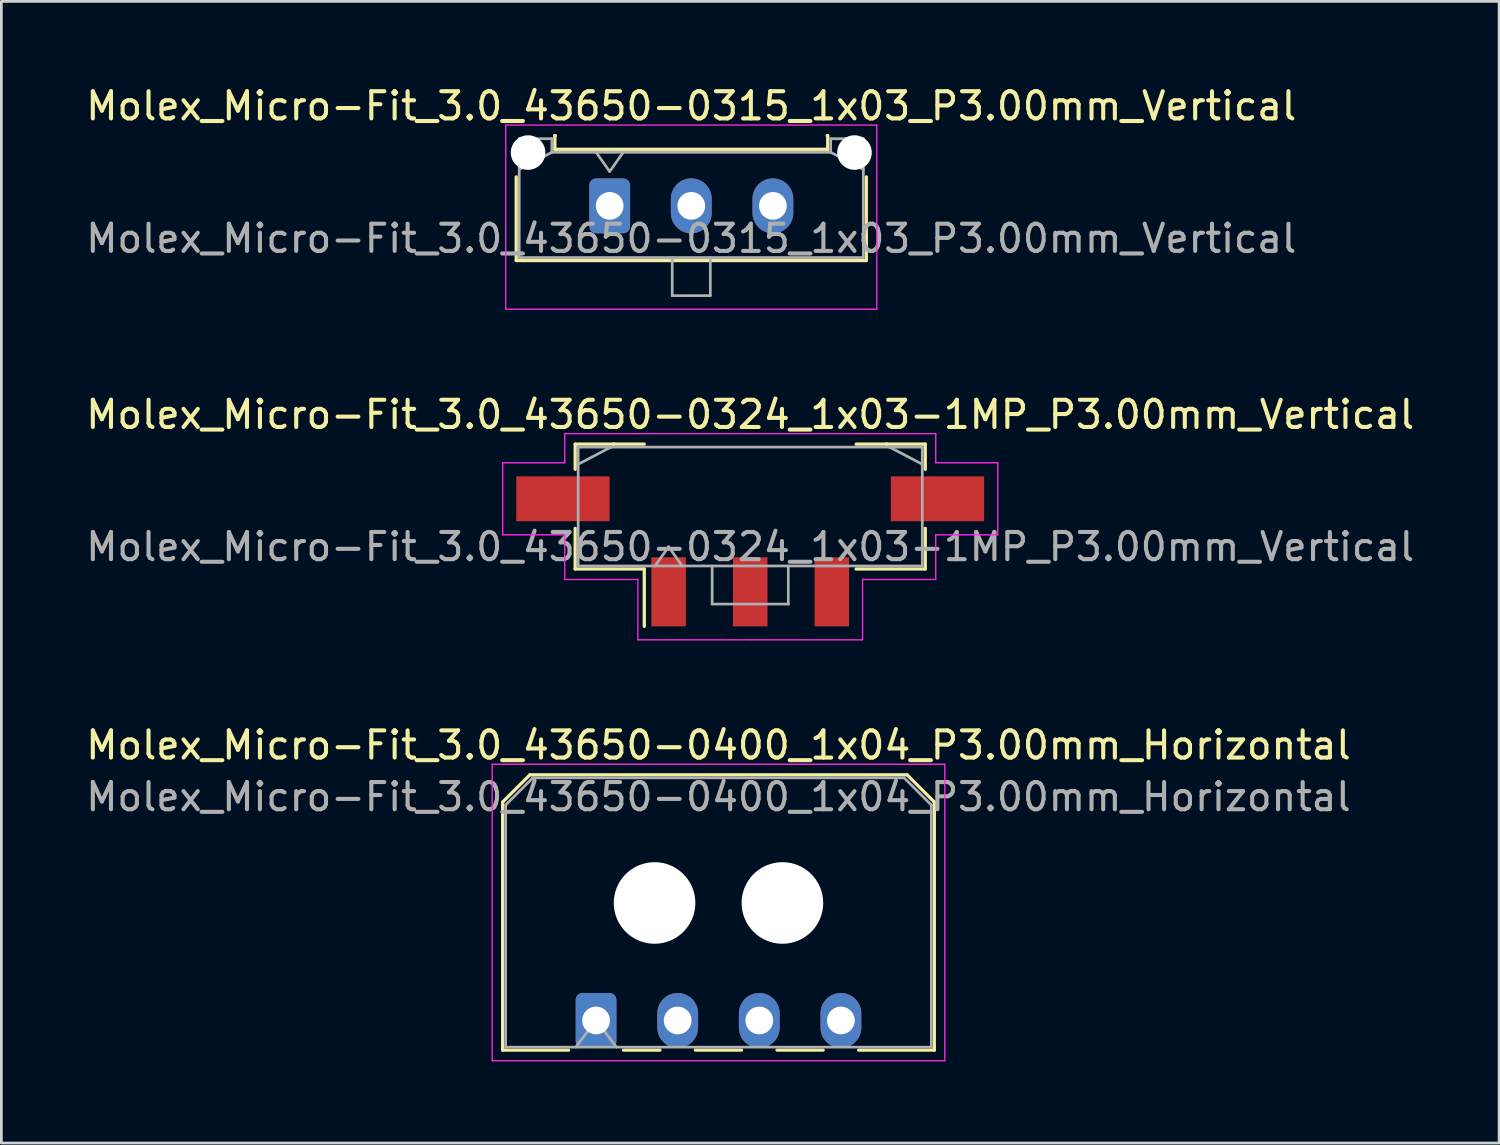
<source format=kicad_pcb>
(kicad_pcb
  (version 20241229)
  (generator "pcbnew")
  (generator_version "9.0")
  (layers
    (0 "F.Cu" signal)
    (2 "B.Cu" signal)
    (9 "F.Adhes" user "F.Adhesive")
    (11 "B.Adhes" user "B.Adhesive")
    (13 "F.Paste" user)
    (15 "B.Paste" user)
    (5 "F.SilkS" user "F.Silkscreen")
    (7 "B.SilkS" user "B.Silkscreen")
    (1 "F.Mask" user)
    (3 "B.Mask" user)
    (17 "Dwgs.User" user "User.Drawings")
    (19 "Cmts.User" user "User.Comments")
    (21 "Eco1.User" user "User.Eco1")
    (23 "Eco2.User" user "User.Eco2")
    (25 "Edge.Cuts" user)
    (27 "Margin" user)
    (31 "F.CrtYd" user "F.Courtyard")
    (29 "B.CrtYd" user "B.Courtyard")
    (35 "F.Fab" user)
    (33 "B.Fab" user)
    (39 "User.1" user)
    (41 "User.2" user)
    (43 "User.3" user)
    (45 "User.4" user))
  (footprint "Molex_Micro-Fit_3.0_43650-0400_1x04_P3.00mm_Horizontal"
    (layer "F.Cu")
    (at 18.863 34.465)
    (property "Reference" "Molex_Micro-Fit_3.0_43650-0400_1x04_P3.00mm_Horizontal" (at 4.5 -10.12 0) (layer "F.SilkS") (effects (font (size 1 1) (thickness 0.15))))
    (attr through_hole)
    (fp_line (start -3.435 -8.03) (end -2.435 -9.03) (stroke (width 0.12) (type solid)) (layer "F.SilkS"))
    (fp_line (start -3.435 1.09) (end -3.435 -8.03) (stroke (width 0.12) (type solid)) (layer "F.SilkS"))
    (fp_line (start -3.435 1.09) (end -1.01 1.09) (stroke (width 0.12) (type solid)) (layer "F.SilkS"))
    (fp_line (start -2.435 -9.03) (end 11.435 -9.03) (stroke (width 0.12) (type solid)) (layer "F.SilkS"))
    (fp_line (start 1.01 1.09) (end 2.348 1.09) (stroke (width 0.12) (type solid)) (layer "F.SilkS"))
    (fp_line (start 3.652 1.09) (end 5.348 1.09) (stroke (width 0.12) (type solid)) (layer "F.SilkS"))
    (fp_line (start 6.652 1.09) (end 8.348 1.09) (stroke (width 0.12) (type solid)) (layer "F.SilkS"))
    (fp_line (start 11.435 -9.03) (end 12.435 -8.03) (stroke (width 0.12) (type solid)) (layer "F.SilkS"))
    (fp_line (start 12.435 -8.03) (end 12.435 1.09) (stroke (width 0.12) (type solid)) (layer "F.SilkS"))
    (fp_line (start 12.435 1.09) (end 9.652 1.09) (stroke (width 0.12) (type solid)) (layer "F.SilkS"))
    (fp_line (start -3.82 -9.42) (end 12.82 -9.42) (stroke (width 0.05) (type solid)) (layer "F.CrtYd"))
    (fp_line (start -3.82 1.48) (end -3.82 -9.42) (stroke (width 0.05) (type solid)) (layer "F.CrtYd"))
    (fp_line (start 12.82 -9.42) (end 12.82 1.48) (stroke (width 0.05) (type solid)) (layer "F.CrtYd"))
    (fp_line (start 12.82 1.48) (end -3.82 1.48) (stroke (width 0.05) (type solid)) (layer "F.CrtYd"))
    (fp_line (start -3.325 -7.92) (end -2.325 -8.92) (stroke (width 0.1) (type solid)) (layer "F.Fab"))
    (fp_line (start -3.325 0.98) (end -3.325 -7.92) (stroke (width 0.1) (type solid)) (layer "F.Fab"))
    (fp_line (start -2.325 -8.92) (end 11.325 -8.92) (stroke (width 0.1) (type solid)) (layer "F.Fab"))
    (fp_line (start -0.75 0.98) (end 0 0) (stroke (width 0.1) (type solid)) (layer "F.Fab"))
    (fp_line (start 0 0) (end 0.75 0.98) (stroke (width 0.1) (type solid)) (layer "F.Fab"))
    (fp_line (start 11.325 -8.92) (end 12.325 -7.92) (stroke (width 0.1) (type solid)) (layer "F.Fab"))
    (fp_line (start 12.325 -7.92) (end 12.325 0.98) (stroke (width 0.1) (type solid)) (layer "F.Fab"))
    (fp_line (start 12.325 0.98) (end -3.325 0.98) (stroke (width 0.1) (type solid)) (layer "F.Fab"))
    (fp_text user "${REFERENCE}" (at 4.5 -8.22 0) (layer "F.Fab") (effects (font (size 1 1) (thickness 0.15))))
    (pad "" np_thru_hole circle (at 2.15 -4.32) (size 3 3) (drill 3) (layers "*.Cu" "*.Mask"))
    (pad "" np_thru_hole circle (at 6.85 -4.32) (size 3 3) (drill 3) (layers "*.Cu" "*.Mask"))
    (pad "1" thru_hole roundrect (at 0 0) (size 1.5 2.02) (drill 1.02) (layers "*.Cu" "*.Mask") (roundrect_rratio 0.167))
    (pad "2" thru_hole oval (at 3 0) (size 1.5 2.02) (drill 1.02) (layers "*.Cu" "*.Mask"))
    (pad "3" thru_hole oval (at 6 0) (size 1.5 2.02) (drill 1.02) (layers "*.Cu" "*.Mask"))
    (pad "4" thru_hole oval (at 9 0) (size 1.5 2.02) (drill 1.02) (layers "*.Cu" "*.Mask")))
  (footprint "Molex_Micro-Fit_3.0_43650-0324_1x03-1MP_P3.00mm_Vertical"
    (layer "F.Cu")
    (at 24.53 15.572)
    (property "Reference" "Molex_Micro-Fit_3.0_43650-0324_1x03-1MP_P3.00mm_Vertical" (at 0 -3.38 0) (layer "F.SilkS") (effects (font (size 1 1) (thickness 0.15))))
    (attr smd)
    (fp_line (start -6.435 -2.295) (end -5.015 -2.295) (stroke (width 0.12) (type solid)) (layer "F.SilkS"))
    (fp_line (start -6.435 -1.37) (end -6.435 -2.295) (stroke (width 0.12) (type solid)) (layer "F.SilkS"))
    (fp_line (start -6.435 0.8) (end -6.435 2.295) (stroke (width 0.12) (type solid)) (layer "F.SilkS"))
    (fp_line (start -6.435 2.295) (end -3.895 2.295) (stroke (width 0.12) (type solid)) (layer "F.SilkS"))
    (fp_line (start -5.015 -2.295) (end -5.015 -2.295) (stroke (width 0.12) (type solid)) (layer "F.SilkS"))
    (fp_line (start -5.015 -2.295) (end -3.895 -2.295) (stroke (width 0.12) (type solid)) (layer "F.SilkS"))
    (fp_line (start -3.895 2.295) (end -3.895 4.405) (stroke (width 0.12) (type solid)) (layer "F.SilkS"))
    (fp_line (start 5.015 -2.295) (end 3.895 -2.295) (stroke (width 0.12) (type solid)) (layer "F.SilkS"))
    (fp_line (start 5.015 -2.295) (end 5.015 -2.295) (stroke (width 0.12) (type solid)) (layer "F.SilkS"))
    (fp_line (start 6.435 -2.295) (end 5.015 -2.295) (stroke (width 0.12) (type solid)) (layer "F.SilkS"))
    (fp_line (start 6.435 -1.37) (end 6.435 -2.295) (stroke (width 0.12) (type solid)) (layer "F.SilkS"))
    (fp_line (start 6.435 0.8) (end 6.435 2.295) (stroke (width 0.12) (type solid)) (layer "F.SilkS"))
    (fp_line (start 6.435 2.295) (end 3.895 2.295) (stroke (width 0.12) (type solid)) (layer "F.SilkS"))
    (fp_line (start -9.1 -1.61) (end -9.1 1.04) (stroke (width 0.05) (type solid)) (layer "F.CrtYd"))
    (fp_line (start -9.1 1.04) (end -6.82 1.04) (stroke (width 0.05) (type solid)) (layer "F.CrtYd"))
    (fp_line (start -6.82 -2.68) (end -6.82 -1.61) (stroke (width 0.05) (type solid)) (layer "F.CrtYd"))
    (fp_line (start -6.82 -1.61) (end -9.1 -1.61) (stroke (width 0.05) (type solid)) (layer "F.CrtYd"))
    (fp_line (start -6.82 1.04) (end -6.82 2.68) (stroke (width 0.05) (type solid)) (layer "F.CrtYd"))
    (fp_line (start -6.82 2.68) (end -4.13 2.68) (stroke (width 0.05) (type solid)) (layer "F.CrtYd"))
    (fp_line (start -4.13 -2.68) (end -6.82 -2.68) (stroke (width 0.05) (type solid)) (layer "F.CrtYd"))
    (fp_line (start -4.13 2.68) (end -4.13 4.9) (stroke (width 0.05) (type solid)) (layer "F.CrtYd"))
    (fp_line (start -4.13 4.9) (end 0 4.9) (stroke (width 0.05) (type solid)) (layer "F.CrtYd"))
    (fp_line (start 0 -2.68) (end -4.13 -2.68) (stroke (width 0.05) (type solid)) (layer "F.CrtYd"))
    (fp_line (start 0 -2.68) (end 4.13 -2.68) (stroke (width 0.05) (type solid)) (layer "F.CrtYd"))
    (fp_line (start 4.13 -2.68) (end 6.82 -2.68) (stroke (width 0.05) (type solid)) (layer "F.CrtYd"))
    (fp_line (start 4.13 2.68) (end 4.13 4.9) (stroke (width 0.05) (type solid)) (layer "F.CrtYd"))
    (fp_line (start 4.13 4.9) (end 0 4.9) (stroke (width 0.05) (type solid)) (layer "F.CrtYd"))
    (fp_line (start 6.82 -2.68) (end 6.82 -1.61) (stroke (width 0.05) (type solid)) (layer "F.CrtYd"))
    (fp_line (start 6.82 -1.61) (end 9.1 -1.61) (stroke (width 0.05) (type solid)) (layer "F.CrtYd"))
    (fp_line (start 6.82 1.04) (end 6.82 2.68) (stroke (width 0.05) (type solid)) (layer "F.CrtYd"))
    (fp_line (start 6.82 2.68) (end 4.13 2.68) (stroke (width 0.05) (type solid)) (layer "F.CrtYd"))
    (fp_line (start 9.1 -1.61) (end 9.1 1.04) (stroke (width 0.05) (type solid)) (layer "F.CrtYd"))
    (fp_line (start 9.1 1.04) (end 6.82 1.04) (stroke (width 0.05) (type solid)) (layer "F.CrtYd"))
    (fp_line (start -6.325 -2.185) (end -6.325 2.185) (stroke (width 0.1) (type solid)) (layer "F.Fab"))
    (fp_line (start -6.325 -1.555) (end -5.125 -2.185) (stroke (width 0.1) (type solid)) (layer "F.Fab"))
    (fp_line (start -6.325 2.185) (end 6.325 2.185) (stroke (width 0.1) (type solid)) (layer "F.Fab"))
    (fp_line (start -5.125 -2.185) (end -6.325 -2.185) (stroke (width 0.1) (type solid)) (layer "F.Fab"))
    (fp_line (start -5.125 -2.185) (end -5.125 -2.185) (stroke (width 0.1) (type solid)) (layer "F.Fab"))
    (fp_line (start -3.5 2.185) (end -3 1.478) (stroke (width 0.1) (type solid)) (layer "F.Fab"))
    (fp_line (start -3 1.478) (end -2.5 2.185) (stroke (width 0.1) (type solid)) (layer "F.Fab"))
    (fp_line (start -1.4 2.185) (end -1.4 3.585) (stroke (width 0.1) (type solid)) (layer "F.Fab"))
    (fp_line (start -1.4 3.585) (end 1.4 3.585) (stroke (width 0.1) (type solid)) (layer "F.Fab"))
    (fp_line (start 1.4 3.585) (end 1.4 2.185) (stroke (width 0.1) (type solid)) (layer "F.Fab"))
    (fp_line (start 5.125 -2.185) (end -5.125 -2.185) (stroke (width 0.1) (type solid)) (layer "F.Fab"))
    (fp_line (start 5.125 -2.185) (end 5.125 -2.185) (stroke (width 0.1) (type solid)) (layer "F.Fab"))
    (fp_line (start 6.325 -2.185) (end 5.125 -2.185) (stroke (width 0.1) (type solid)) (layer "F.Fab"))
    (fp_line (start 6.325 -1.555) (end 5.125 -2.185) (stroke (width 0.1) (type solid)) (layer "F.Fab"))
    (fp_line (start 6.325 2.185) (end 6.325 -2.185) (stroke (width 0.1) (type solid)) (layer "F.Fab"))
    (fp_text user "${REFERENCE}" (at 0 1.48 0) (layer "F.Fab") (effects (font (size 1 1) (thickness 0.15))))
    (pad "1" smd rect (at -3 3.135) (size 1.27 2.54) (layers "F.Cu" "F.Mask" "F.Paste"))
    (pad "2" smd rect (at 0 3.135) (size 1.27 2.54) (layers "F.Cu" "F.Mask" "F.Paste"))
    (pad "3" smd rect (at 3 3.135) (size 1.27 2.54) (layers "F.Cu" "F.Mask" "F.Paste"))
    (pad "MP" smd rect (at -6.885 -0.285) (size 3.43 1.65) (layers "F.Cu" "F.Mask" "F.Paste"))
    (pad "MP" smd rect (at 6.885 -0.285) (size 3.43 1.65) (layers "F.Cu" "F.Mask" "F.Paste")))
  (footprint "Molex_Micro-Fit_3.0_43650-0315_1x03_P3.00mm_Vertical"
    (layer "F.Cu")
    (at 19.363 4.518)
    (property "Reference" "Molex_Micro-Fit_3.0_43650-0315_1x03_P3.00mm_Vertical" (at 3 -3.67 0) (layer "F.SilkS") (effects (font (size 1 1) (thickness 0.15))))
    (attr through_hole)
    (fp_line (start -3.435 -1.065) (end -3.435 2.01) (stroke (width 0.12) (type solid)) (layer "F.SilkS"))
    (fp_line (start -3.435 2.01) (end 9.435 2.01) (stroke (width 0.12) (type solid)) (layer "F.SilkS"))
    (fp_line (start -2.015 -2.58) (end -2.015 -2.08) (stroke (width 0.12) (type solid)) (layer "F.SilkS"))
    (fp_line (start -2.015 -2.08) (end 8.015 -2.08) (stroke (width 0.12) (type solid)) (layer "F.SilkS"))
    (fp_line (start -1.995 -2.58) (end -2.015 -2.58) (stroke (width 0.12) (type solid)) (layer "F.SilkS"))
    (fp_line (start 8.015 -2.58) (end 7.995 -2.58) (stroke (width 0.12) (type solid)) (layer "F.SilkS"))
    (fp_line (start 8.015 -2.08) (end 8.015 -2.58) (stroke (width 0.12) (type solid)) (layer "F.SilkS"))
    (fp_line (start 9.435 2.01) (end 9.435 -1.065) (stroke (width 0.12) (type solid)) (layer "F.SilkS"))
    (fp_line (start -3.82 -2.97) (end 9.82 -2.97) (stroke (width 0.05) (type solid)) (layer "F.CrtYd"))
    (fp_line (start -3.82 3.8) (end -3.82 -2.97) (stroke (width 0.05) (type solid)) (layer "F.CrtYd"))
    (fp_line (start 9.82 -2.97) (end 9.82 3.8) (stroke (width 0.05) (type solid)) (layer "F.CrtYd"))
    (fp_line (start 9.82 3.8) (end -3.82 3.8) (stroke (width 0.05) (type solid)) (layer "F.CrtYd"))
    (fp_line (start -3.325 -2.47) (end -3.325 1.9) (stroke (width 0.1) (type solid)) (layer "F.Fab"))
    (fp_line (start -3.325 -1.34) (end -2.125 -1.97) (stroke (width 0.1) (type solid)) (layer "F.Fab"))
    (fp_line (start -3.325 1.9) (end 9.325 1.9) (stroke (width 0.1) (type solid)) (layer "F.Fab"))
    (fp_line (start -2.125 -2.47) (end -3.325 -2.47) (stroke (width 0.1) (type solid)) (layer "F.Fab"))
    (fp_line (start -2.125 -1.97) (end -2.125 -2.47) (stroke (width 0.1) (type solid)) (layer "F.Fab"))
    (fp_line (start -0.5 -1.97) (end 0 -1.263) (stroke (width 0.1) (type solid)) (layer "F.Fab"))
    (fp_line (start 0 -1.263) (end 0.5 -1.97) (stroke (width 0.1) (type solid)) (layer "F.Fab"))
    (fp_line (start 2.3 1.9) (end 2.3 3.3) (stroke (width 0.1) (type solid)) (layer "F.Fab"))
    (fp_line (start 2.3 3.3) (end 3.7 3.3) (stroke (width 0.1) (type solid)) (layer "F.Fab"))
    (fp_line (start 3.7 3.3) (end 3.7 1.9) (stroke (width 0.1) (type solid)) (layer "F.Fab"))
    (fp_line (start 8.125 -2.47) (end 8.125 -1.97) (stroke (width 0.1) (type solid)) (layer "F.Fab"))
    (fp_line (start 8.125 -1.97) (end -2.125 -1.97) (stroke (width 0.1) (type solid)) (layer "F.Fab"))
    (fp_line (start 9.325 -2.47) (end 8.125 -2.47) (stroke (width 0.1) (type solid)) (layer "F.Fab"))
    (fp_line (start 9.325 -1.34) (end 8.125 -1.97) (stroke (width 0.1) (type solid)) (layer "F.Fab"))
    (fp_line (start 9.325 1.9) (end 9.325 -2.47) (stroke (width 0.1) (type solid)) (layer "F.Fab"))
    (fp_text user "${REFERENCE}" (at 3 1.2 0) (layer "F.Fab") (effects (font (size 1 1) (thickness 0.15))))
    (pad "" np_thru_hole circle (at -3 -1.96) (size 1.27 1.27) (drill 1.27) (layers "*.Cu" "*.Mask"))
    (pad "" np_thru_hole circle (at 9 -1.96) (size 1.27 1.27) (drill 1.27) (layers "*.Cu" "*.Mask"))
    (pad "1" thru_hole roundrect (at 0 0) (size 1.5 2.02) (drill 1.02) (layers "*.Cu" "*.Mask") (roundrect_rratio 0.167))
    (pad "2" thru_hole oval (at 3 0) (size 1.5 2.02) (drill 1.02) (layers "*.Cu" "*.Mask"))
    (pad "3" thru_hole oval (at 6 0) (size 1.5 2.02) (drill 1.02) (layers "*.Cu" "*.Mask")))
  (gr_rect
    (start -3 -3)
    (end 52.06 38.97)
    (stroke (width 0.1) (type default))
    (fill no)
    (layer "Edge.Cuts")))
</source>
